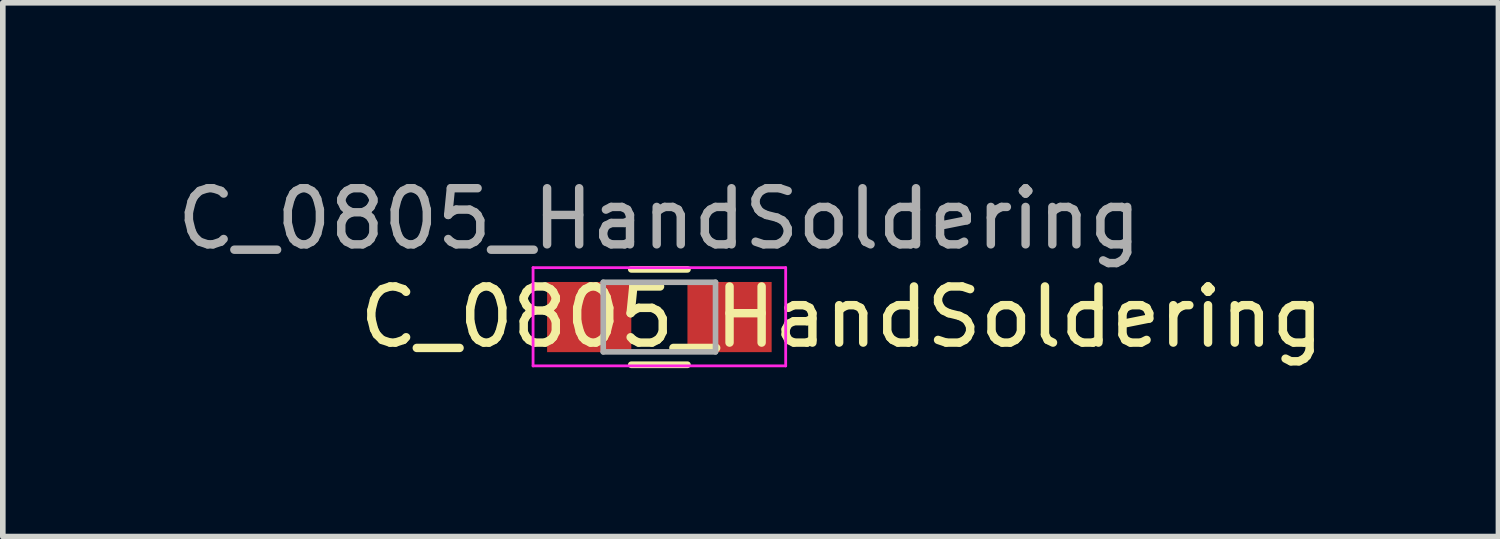
<source format=kicad_pcb>
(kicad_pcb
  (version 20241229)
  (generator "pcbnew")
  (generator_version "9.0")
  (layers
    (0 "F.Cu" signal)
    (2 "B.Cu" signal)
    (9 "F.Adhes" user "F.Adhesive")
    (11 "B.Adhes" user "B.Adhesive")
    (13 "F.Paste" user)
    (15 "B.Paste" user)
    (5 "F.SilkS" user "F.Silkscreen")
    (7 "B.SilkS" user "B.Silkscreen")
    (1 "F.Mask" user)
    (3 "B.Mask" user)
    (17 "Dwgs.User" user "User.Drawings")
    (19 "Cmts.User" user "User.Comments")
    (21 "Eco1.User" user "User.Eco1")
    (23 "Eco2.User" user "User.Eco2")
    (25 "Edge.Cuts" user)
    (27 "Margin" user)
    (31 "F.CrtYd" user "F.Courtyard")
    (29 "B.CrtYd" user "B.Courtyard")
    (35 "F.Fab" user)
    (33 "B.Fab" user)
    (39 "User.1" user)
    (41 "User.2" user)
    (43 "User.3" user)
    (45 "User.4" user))
  (footprint "C_0805_HandSoldering"
    (layer "F.Cu")
    (at 8.696 2.598)
    (property "Reference" "C_0805_HandSoldering" (at 3.25 0 180) (layer "F.SilkS") (effects (font (size 1 1) (thickness 0.15))))
    (attr smd)
    (fp_line (start -0.5 0.85) (end 0.5 0.85) (stroke (width 0.12) (type solid)) (layer "F.SilkS"))
    (fp_line (start 0.5 -0.85) (end -0.5 -0.85) (stroke (width 0.12) (type solid)) (layer "F.SilkS"))
    (fp_line (start -2.25 -0.88) (end -2.25 0.87) (stroke (width 0.05) (type solid)) (layer "F.CrtYd"))
    (fp_line (start -2.25 -0.88) (end 2.25 -0.88) (stroke (width 0.05) (type solid)) (layer "F.CrtYd"))
    (fp_line (start 2.25 0.87) (end -2.25 0.87) (stroke (width 0.05) (type solid)) (layer "F.CrtYd"))
    (fp_line (start 2.25 0.87) (end 2.25 -0.88) (stroke (width 0.05) (type solid)) (layer "F.CrtYd"))
    (fp_line (start -1 -0.62) (end 1 -0.62) (stroke (width 0.1) (type solid)) (layer "F.Fab"))
    (fp_line (start -1 0.62) (end -1 -0.62) (stroke (width 0.1) (type solid)) (layer "F.Fab"))
    (fp_line (start 1 -0.62) (end 1 0.62) (stroke (width 0.1) (type solid)) (layer "F.Fab"))
    (fp_line (start 1 0.62) (end -1 0.62) (stroke (width 0.1) (type solid)) (layer "F.Fab"))
    (fp_text user "${REFERENCE}" (at 0 -1.75 0) (layer "F.Fab") (effects (font (size 1 1) (thickness 0.15))))
    (pad "1" smd rect (at -1.25 0) (size 1.5 1.25) (layers "F.Cu" "F.Mask" "F.Paste"))
    (pad "2" smd rect (at 1.25 0) (size 1.5 1.25) (layers "F.Cu" "F.Mask" "F.Paste")))
  (gr_rect
    (start -3 -3)
    (end 23.643 6.508)
    (stroke (width 0.1) (type default))
    (fill no)
    (layer "Edge.Cuts")))
</source>
